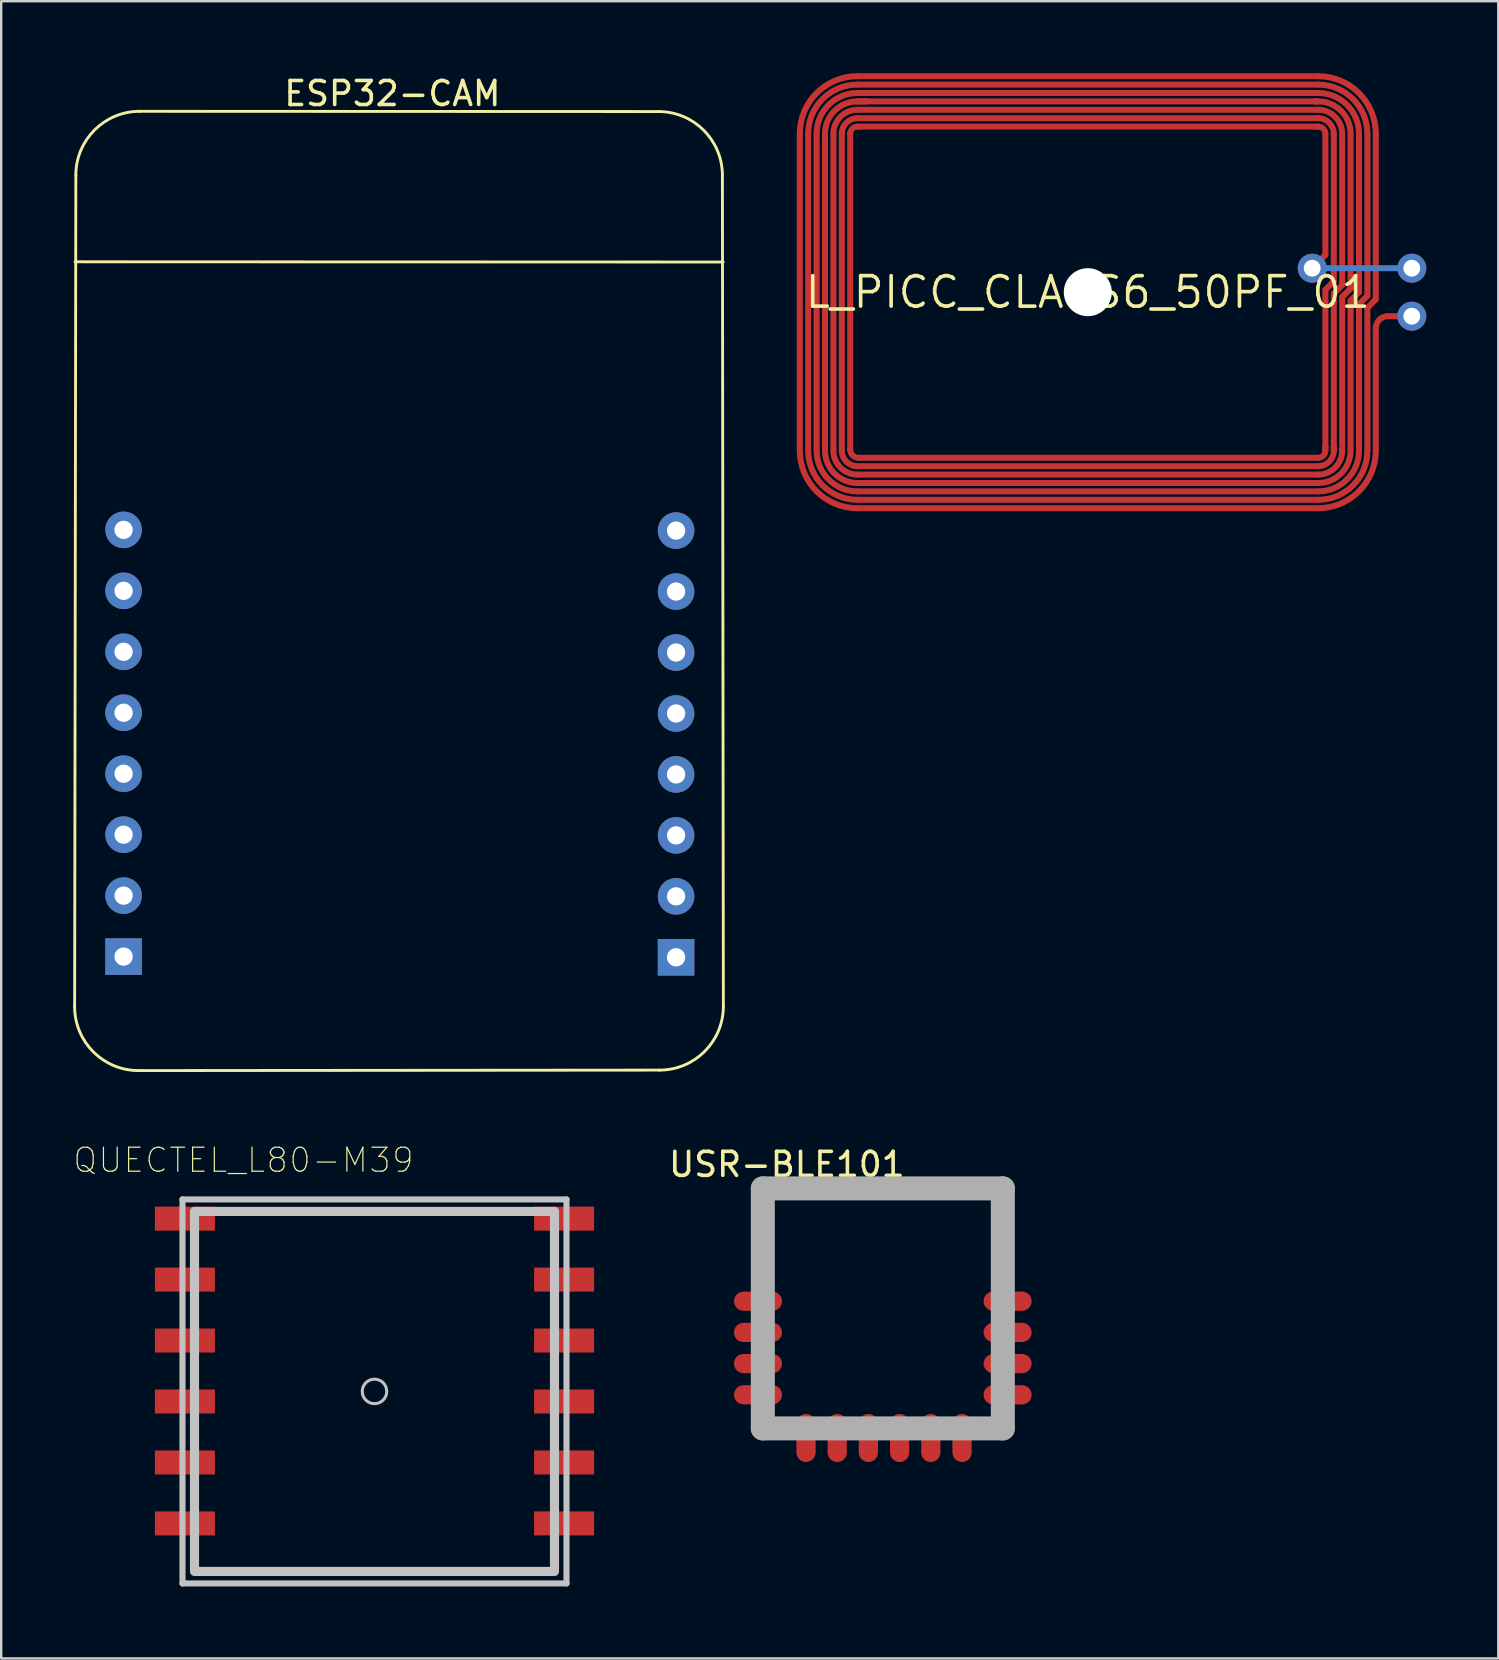
<source format=kicad_pcb>
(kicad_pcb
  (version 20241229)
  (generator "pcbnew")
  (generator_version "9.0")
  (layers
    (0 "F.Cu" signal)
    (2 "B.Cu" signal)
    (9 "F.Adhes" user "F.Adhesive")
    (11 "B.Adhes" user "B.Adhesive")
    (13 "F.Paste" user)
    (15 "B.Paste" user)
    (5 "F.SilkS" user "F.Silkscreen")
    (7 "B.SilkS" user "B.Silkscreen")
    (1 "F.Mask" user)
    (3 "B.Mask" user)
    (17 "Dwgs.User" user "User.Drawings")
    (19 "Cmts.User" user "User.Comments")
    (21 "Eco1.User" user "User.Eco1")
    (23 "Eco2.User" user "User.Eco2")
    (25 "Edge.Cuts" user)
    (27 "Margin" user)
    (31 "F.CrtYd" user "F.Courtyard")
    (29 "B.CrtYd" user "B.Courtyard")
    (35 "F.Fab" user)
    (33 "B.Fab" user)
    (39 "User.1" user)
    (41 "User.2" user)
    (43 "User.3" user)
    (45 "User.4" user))
  (footprint "QUECTEL_L80-M39"
    (layer "F.Cu")
    (at 12.554 54.926)
    (property "Reference" "QUECTEL_L80-M39" (at -5.46 -9.635 0) (layer "F.SilkS") (effects (font (size 1 1) (thickness 0.05))))
    (attr smd)
    (fp_line (start -8 -8) (end -8 8) (stroke (width 0.254) (type solid)) (layer "Dwgs.User"))
    (fp_line (start -8 8) (end 8 8) (stroke (width 0.254) (type solid)) (layer "Dwgs.User"))
    (fp_line (start 8 -8) (end -8 -8) (stroke (width 0.254) (type solid)) (layer "Dwgs.User"))
    (fp_line (start 8 8) (end 8 -8) (stroke (width 0.254) (type solid)) (layer "Dwgs.User"))
    (fp_circle (center 0 0) (end 0.51 0) (stroke (width 0.127) (type solid)) (fill no) (layer "Dwgs.User"))
    (fp_poly (pts (xy -7.5 -7.5) (xy 7.5 -7.5) (xy 7.5 7.5) (xy -7.5 7.5)) (stroke (width 0.381) (type solid)) (fill no) (layer "Dwgs.User"))
    (pad "1" smd rect (at 7.9 5.5) (size 2.5 1) (layers "F.Cu" "F.Mask" "F.Paste"))
    (pad "2" smd rect (at 7.9 2.96) (size 2.5 1) (layers "F.Cu" "F.Mask" "F.Paste"))
    (pad "3" smd rect (at 7.9 0.42) (size 2.5 1) (layers "F.Cu" "F.Mask" "F.Paste"))
    (pad "4" smd rect (at 7.9 -2.12) (size 2.5 1) (layers "F.Cu" "F.Mask" "F.Paste"))
    (pad "5" smd rect (at 7.9 -4.66) (size 2.5 1) (layers "F.Cu" "F.Mask" "F.Paste"))
    (pad "6" smd rect (at 7.9 -7.2) (size 2.5 1) (layers "F.Cu" "F.Mask" "F.Paste"))
    (pad "7" smd rect (at -7.9 -7.2 180) (size 2.5 1) (layers "F.Cu" "F.Mask" "F.Paste"))
    (pad "8" smd rect (at -7.9 -4.66 180) (size 2.5 1) (layers "F.Cu" "F.Mask" "F.Paste"))
    (pad "9" smd rect (at -7.9 -2.12 180) (size 2.5 1) (layers "F.Cu" "F.Mask" "F.Paste"))
    (pad "10" smd rect (at -7.9 0.42 180) (size 2.5 1) (layers "F.Cu" "F.Mask" "F.Paste"))
    (pad "11" smd rect (at -7.9 2.96 180) (size 2.5 1) (layers "F.Cu" "F.Mask" "F.Paste"))
    (pad "12" smd rect (at -7.9 5.5 180) (size 2.5 1) (layers "F.Cu" "F.Mask" "F.Paste")))
  (footprint "USR-BLE101"
    (layer "F.Cu")
    (at 28.734 46.467)
    (property "Reference" "USR-BLE101" (at 1 -1 0) (layer "F.SilkS") (effects (font (size 1 1) (thickness 0.15))))
    (attr through_hole)
    (fp_line (start 0 0) (end 0 10) (stroke (width 1) (type solid)) (layer "F.Fab"))
    (fp_line (start 0 0) (end 10 0) (stroke (width 1) (type solid)) (layer "F.Fab"))
    (fp_line (start 0 10) (end 10 10) (stroke (width 1) (type solid)) (layer "F.Fab"))
    (fp_line (start 10 5) (end 10 0) (stroke (width 1) (type solid)) (layer "F.Fab"))
    (fp_line (start 10 10) (end 10 5) (stroke (width 1) (type solid)) (layer "F.Fab"))
    (pad "1" smd oval (at 1.8 10.4 90) (size 2 0.8) (layers "F.Cu" "F.Mask" "F.Paste"))
    (pad "2" smd oval (at 3.1 10.4 90) (size 2 0.8) (layers "F.Cu" "F.Mask" "F.Paste"))
    (pad "3" smd oval (at 4.4 10.4 90) (size 2 0.8) (layers "F.Cu" "F.Mask" "F.Paste"))
    (pad "4" smd oval (at 5.7 10.4 90) (size 2 0.8) (layers "F.Cu" "F.Mask" "F.Paste"))
    (pad "5" smd oval (at 7 10.4 90) (size 2 0.8) (layers "F.Cu" "F.Mask" "F.Paste"))
    (pad "6" smd oval (at 8.3 10.4 90) (size 2 0.8) (layers "F.Cu" "F.Mask" "F.Paste"))
    (pad "7" smd oval (at 10.2 8.6) (size 2 0.8) (layers "F.Cu" "F.Mask" "F.Paste"))
    (pad "8" smd oval (at 10.2 7.3) (size 2 0.8) (layers "F.Cu" "F.Mask" "F.Paste"))
    (pad "9" smd oval (at 10.2 6) (size 2 0.8) (layers "F.Cu" "F.Mask" "F.Paste"))
    (pad "10" smd oval (at 10.2 4.7) (size 2 0.8) (layers "F.Cu" "F.Mask" "F.Paste"))
    (pad "11" smd oval (at -0.2 4.7) (size 2 0.8) (layers "F.Cu" "F.Mask" "F.Paste"))
    (pad "12" smd oval (at -0.2 6) (size 2 0.8) (layers "F.Cu" "F.Mask" "F.Paste"))
    (pad "13" smd oval (at -0.2 8.6) (size 2 0.8) (layers "F.Cu" "F.Mask" "F.Paste"))
    (pad "14" smd oval (at -0.2 7.3) (size 2 0.8) (layers "F.Cu" "F.Mask" "F.Paste")))
  (footprint "ESP32-CAM"
    (layer "F.Cu")
    (at 13.59 26.288)
    (property "Reference" "ESP32-CAM" (at -0.29 -25.44 0) (layer "F.SilkS") (effects (font (size 1 1) (thickness 0.15))))
    (attr through_hole)
    (fp_line (start -13.53 12.61) (end -13.48 -22.04) (stroke (width 0.12) (type solid)) (layer "F.SilkS"))
    (fp_line (start -10.87 15.27) (end 10.84 15.25) (stroke (width 0.12) (type solid)) (layer "F.SilkS"))
    (fp_line (start 10.8 -24.69) (end -10.82 -24.7) (stroke (width 0.12) (type solid)) (layer "F.SilkS"))
    (fp_line (start 13.49 -18.42) (end -13.51 -18.43) (stroke (width 0.12) (type solid)) (layer "F.SilkS"))
    (fp_line (start 13.5 12.59) (end 13.46 -22.03) (stroke (width 0.12) (type solid)) (layer "F.SilkS"))
    (fp_arc (start -13.48 -22.04) (mid -12.700904 -23.920904) (end -10.82 -24.7) (stroke (width 0.12) (type solid)) (layer "F.SilkS"))
    (fp_arc (start -10.87 15.27) (mid -12.750904 14.490904) (end -13.53 12.61) (stroke (width 0.12) (type solid)) (layer "F.SilkS"))
    (fp_arc (start 10.8 -24.69) (mid 12.680904 -23.910904) (end 13.46 -22.03) (stroke (width 0.12) (type solid)) (layer "F.SilkS"))
    (fp_arc (start 13.5 12.59) (mid 12.720904 14.470904) (end 10.84 15.25) (stroke (width 0.12) (type solid)) (layer "F.SilkS"))
    (pad "1" thru_hole circle (at -11.49 -7.26) (size 1.524 1.524) (drill 0.762) (layers "*.Cu" "*.Mask"))
    (pad "2" thru_hole circle (at -11.49 -4.72) (size 1.524 1.524) (drill 0.762) (layers "*.Cu" "*.Mask"))
    (pad "3" thru_hole circle (at -11.49 -2.18) (size 1.524 1.524) (drill 0.762) (layers "*.Cu" "*.Mask"))
    (pad "4" thru_hole circle (at -11.49 0.36) (size 1.524 1.524) (drill 0.762) (layers "*.Cu" "*.Mask"))
    (pad "5" thru_hole circle (at -11.49 2.9) (size 1.524 1.524) (drill 0.762) (layers "*.Cu" "*.Mask"))
    (pad "6" thru_hole circle (at -11.49 5.44) (size 1.524 1.524) (drill 0.762) (layers "*.Cu" "*.Mask"))
    (pad "7" thru_hole circle (at -11.49 7.98) (size 1.524 1.524) (drill 0.762) (layers "*.Cu" "*.Mask"))
    (pad "8" thru_hole rect (at -11.49 10.52) (size 1.524 1.524) (drill 0.762) (layers "*.Cu" "*.Mask"))
    (pad "9" thru_hole rect (at 11.53 10.55) (size 1.524 1.524) (drill 0.762) (layers "*.Cu" "*.Mask"))
    (pad "10" thru_hole circle (at 11.53 8.01) (size 1.524 1.524) (drill 0.762) (layers "*.Cu" "*.Mask"))
    (pad "11" thru_hole circle (at 11.53 5.47) (size 1.524 1.524) (drill 0.762) (layers "*.Cu" "*.Mask"))
    (pad "12" thru_hole circle (at 11.53 2.93) (size 1.524 1.524) (drill 0.762) (layers "*.Cu" "*.Mask"))
    (pad "13" thru_hole circle (at 11.53 0.39) (size 1.524 1.524) (drill 0.762) (layers "*.Cu" "*.Mask"))
    (pad "14" thru_hole circle (at 11.53 -2.15) (size 1.524 1.524) (drill 0.762) (layers "*.Cu" "*.Mask"))
    (pad "15" thru_hole circle (at 11.53 -4.69) (size 1.524 1.524) (drill 0.762) (layers "*.Cu" "*.Mask"))
    (pad "16" thru_hole circle (at 11.53 -7.23) (size 1.524 1.524) (drill 0.762) (layers "*.Cu" "*.Mask")))
  (footprint "L_PICC_CLASS6_50PF_01"
    (layer "F.Cu")
    (at 42.275 9.125)
    (property "Reference" "L_PICC_CLASS6_50PF_01" (at 0 0 0) (layer "F.SilkS") (effects (font (size 1.27 1.27) (thickness 0.15))))
    (attr through_hole)
    (fp_line (start -12 -6.6) (end -12 6.6) (stroke (width 0.25) (type solid)) (layer "F.Cu"))
    (fp_line (start -11.65 -6.6) (end -11.65 6.6) (stroke (width 0.25) (type solid)) (layer "F.Cu"))
    (fp_line (start -11.3 -6.6) (end -11.3 6.6) (stroke (width 0.25) (type solid)) (layer "F.Cu"))
    (fp_line (start -10.95 -6.6) (end -10.95 6.25) (stroke (width 0.25) (type solid)) (layer "F.Cu"))
    (fp_line (start -10.95 6.25) (end -10.95 6.55) (stroke (width 0.25) (type solid)) (layer "F.Cu"))
    (fp_line (start -10.95 6.6) (end -10.95 6.25) (stroke (width 0.25) (type solid)) (layer "F.Cu"))
    (fp_line (start -10.6 -6.6) (end -10.6 6.6) (stroke (width 0.25) (type solid)) (layer "F.Cu"))
    (fp_line (start -10.25 -6.6) (end -10.25 6.6) (stroke (width 0.25) (type solid)) (layer "F.Cu"))
    (fp_line (start -9.9 -6.6) (end -9.9 6.55) (stroke (width 0.25) (type solid)) (layer "F.Cu"))
    (fp_line (start -9.6 -9) (end 9.6 -9) (stroke (width 0.25) (type solid)) (layer "F.Cu"))
    (fp_line (start -9.6 -8.65) (end 9.6 -8.65) (stroke (width 0.25) (type solid)) (layer "F.Cu"))
    (fp_line (start -9.6 -8.3) (end -9.2 -8.3) (stroke (width 0.25) (type solid)) (layer "F.Cu"))
    (fp_line (start -9.6 -7.95) (end -9.25 -7.95) (stroke (width 0.25) (type solid)) (layer "F.Cu"))
    (fp_line (start -9.6 -7.6) (end 9.6 -7.6) (stroke (width 0.25) (type solid)) (layer "F.Cu"))
    (fp_line (start -9.6 -7.25) (end 9.6 -7.25) (stroke (width 0.25) (type solid)) (layer "F.Cu"))
    (fp_line (start -9.6 -6.9) (end 9.6 -6.9) (stroke (width 0.25) (type solid)) (layer "F.Cu"))
    (fp_line (start -9.6 7.25) (end 9.6 7.25) (stroke (width 0.25) (type solid)) (layer "F.Cu"))
    (fp_line (start -9.6 7.6) (end 9.6 7.6) (stroke (width 0.25) (type solid)) (layer "F.Cu"))
    (fp_line (start -9.6 7.95) (end 9.6 7.95) (stroke (width 0.25) (type solid)) (layer "F.Cu"))
    (fp_line (start -9.6 8.3) (end 9.6 8.3) (stroke (width 0.25) (type solid)) (layer "F.Cu"))
    (fp_line (start -9.6 8.65) (end 9.6 8.65) (stroke (width 0.25) (type solid)) (layer "F.Cu"))
    (fp_line (start -9.6 9) (end 9.6 9) (stroke (width 0.25) (type solid)) (layer "F.Cu"))
    (fp_line (start -9.55 -8.3) (end -9.2 -8.3) (stroke (width 0.25) (type solid)) (layer "F.Cu"))
    (fp_line (start -9.55 -7.95) (end -9.25 -7.95) (stroke (width 0.25) (type solid)) (layer "F.Cu"))
    (fp_line (start -9.55 6.9) (end 9.6 6.9) (stroke (width 0.25) (type solid)) (layer "F.Cu"))
    (fp_line (start -9.25 -7.95) (end 9.5 -7.95) (stroke (width 0.25) (type solid)) (layer "F.Cu"))
    (fp_line (start -9.2 -8.3) (end 9.3 -8.3) (stroke (width 0.25) (type solid)) (layer "F.Cu"))
    (fp_line (start 9.3 -8.3) (end 9.55 -8.3) (stroke (width 0.25) (type solid)) (layer "F.Cu"))
    (fp_line (start 9.5 -7.95) (end 9.55 -7.95) (stroke (width 0.25) (type solid)) (layer "F.Cu"))
    (fp_line (start 9.6 -8.3) (end 9.3 -8.3) (stroke (width 0.25) (type solid)) (layer "F.Cu"))
    (fp_line (start 9.6 -7.95) (end 9.5 -7.95) (stroke (width 0.25) (type solid)) (layer "F.Cu"))
    (fp_line (start 9.9 -6.6) (end 9.9 -1.55) (stroke (width 0.25) (type solid)) (layer "F.Cu"))
    (fp_line (start 9.9 -1.55) (end 9.35 -1) (stroke (width 0.25) (type solid)) (layer "F.Cu"))
    (fp_line (start 9.9 -0.1) (end 9.9 6.45) (stroke (width 0.25) (type solid)) (layer "F.Cu"))
    (fp_line (start 9.9 -0.1) (end 10.25 -0.45) (stroke (width 0.25) (type solid)) (layer "F.Cu"))
    (fp_line (start 9.9 6.45) (end 9.9 6.55) (stroke (width 0.25) (type solid)) (layer "F.Cu"))
    (fp_line (start 9.9 6.6) (end 9.9 6.45) (stroke (width 0.25) (type solid)) (layer "F.Cu"))
    (fp_line (start 10.25 -6.6) (end 10.25 -6.5) (stroke (width 0.25) (type solid)) (layer "F.Cu"))
    (fp_line (start 10.25 -6.55) (end 10.25 -6.5) (stroke (width 0.25) (type solid)) (layer "F.Cu"))
    (fp_line (start 10.25 -6.5) (end 10.25 -0.45) (stroke (width 0.25) (type solid)) (layer "F.Cu"))
    (fp_line (start 10.25 0.05) (end 10.25 6.4) (stroke (width 0.25) (type solid)) (layer "F.Cu"))
    (fp_line (start 10.25 0.05) (end 10.6 -0.3) (stroke (width 0.25) (type solid)) (layer "F.Cu"))
    (fp_line (start 10.25 6.4) (end 10.25 6.55) (stroke (width 0.25) (type solid)) (layer "F.Cu"))
    (fp_line (start 10.25 6.6) (end 10.25 6.4) (stroke (width 0.25) (type solid)) (layer "F.Cu"))
    (fp_line (start 10.6 -6.6) (end 10.6 -0.3) (stroke (width 0.25) (type solid)) (layer "F.Cu"))
    (fp_line (start 10.6 0.2) (end 10.6 6.6) (stroke (width 0.25) (type solid)) (layer "F.Cu"))
    (fp_line (start 10.6 0.2) (end 10.95 -0.15) (stroke (width 0.25) (type solid)) (layer "F.Cu"))
    (fp_line (start 10.95 -6.6) (end 10.95 -0.15) (stroke (width 0.25) (type solid)) (layer "F.Cu"))
    (fp_line (start 10.95 0.35) (end 10.95 6.6) (stroke (width 0.25) (type solid)) (layer "F.Cu"))
    (fp_line (start 10.95 0.35) (end 11.3 0) (stroke (width 0.25) (type solid)) (layer "F.Cu"))
    (fp_line (start 11.3 -6.6) (end 11.3 0) (stroke (width 0.25) (type solid)) (layer "F.Cu"))
    (fp_line (start 11.3 0.5) (end 11.3 6.6) (stroke (width 0.25) (type solid)) (layer "F.Cu"))
    (fp_line (start 11.3 0.5) (end 11.65 0.15) (stroke (width 0.25) (type solid)) (layer "F.Cu"))
    (fp_line (start 11.65 -6.6) (end 11.65 0.15) (stroke (width 0.25) (type solid)) (layer "F.Cu"))
    (fp_line (start 11.65 0.65) (end 11.65 6.6) (stroke (width 0.25) (type solid)) (layer "F.Cu"))
    (fp_line (start 11.65 0.65) (end 12 0.3) (stroke (width 0.25) (type solid)) (layer "F.Cu"))
    (fp_line (start 12 0.3) (end 12 -6.6) (stroke (width 0.25) (type solid)) (layer "F.Cu"))
    (fp_line (start 12 6.6) (end 12 1.5) (stroke (width 0.25) (type solid)) (layer "F.Cu"))
    (fp_line (start 12.5 1) (end 13.5 1) (stroke (width 0.25) (type solid)) (layer "F.Cu"))
    (fp_arc (start -12 -6.6) (mid -11.297056 -8.297056) (end -9.6 -9) (stroke (width 0.25) (type solid)) (layer "F.Cu"))
    (fp_arc (start -11.65 -6.6) (mid -11.049569 -8.049569) (end -9.6 -8.65) (stroke (width 0.25) (type solid)) (layer "F.Cu"))
    (fp_arc (start -11.3 -6.6) (mid -10.802082 -7.802082) (end -9.6 -8.3) (stroke (width 0.25) (type solid)) (layer "F.Cu"))
    (fp_arc (start -10.95 -6.6) (mid -10.554594 -7.554594) (end -9.6 -7.95) (stroke (width 0.25) (type solid)) (layer "F.Cu"))
    (fp_arc (start -10.6 -6.6) (mid -10.307107 -7.307107) (end -9.6 -7.6) (stroke (width 0.25) (type solid)) (layer "F.Cu"))
    (fp_arc (start -10.25 -6.6) (mid -10.059619 -7.059619) (end -9.6 -7.25) (stroke (width 0.25) (type solid)) (layer "F.Cu"))
    (fp_arc (start -9.9 -6.6) (mid -9.812132 -6.812132) (end -9.6 -6.9) (stroke (width 0.25) (type solid)) (layer "F.Cu"))
    (fp_arc (start -9.6 7.25) (mid -10.059619 7.059619) (end -10.25 6.6) (stroke (width 0.25) (type solid)) (layer "F.Cu"))
    (fp_arc (start -9.6 7.6) (mid -10.307107 7.307107) (end -10.6 6.6) (stroke (width 0.25) (type solid)) (layer "F.Cu"))
    (fp_arc (start -9.6 7.95) (mid -10.554594 7.554594) (end -10.95 6.6) (stroke (width 0.25) (type solid)) (layer "F.Cu"))
    (fp_arc (start -9.6 8.3) (mid -10.802082 7.802082) (end -11.3 6.6) (stroke (width 0.25) (type solid)) (layer "F.Cu"))
    (fp_arc (start -9.6 8.65) (mid -11.049569 8.049569) (end -11.65 6.6) (stroke (width 0.25) (type solid)) (layer "F.Cu"))
    (fp_arc (start -9.6 9) (mid -11.297056 8.297056) (end -12 6.6) (stroke (width 0.25) (type solid)) (layer "F.Cu"))
    (fp_arc (start -9.55 6.9) (mid -9.797487 6.797487) (end -9.9 6.55) (stroke (width 0.25) (type solid)) (layer "F.Cu"))
    (fp_arc (start 9.6 -9) (mid 11.297056 -8.297056) (end 12 -6.6) (stroke (width 0.25) (type solid)) (layer "F.Cu"))
    (fp_arc (start 9.6 -8.65) (mid 11.049569 -8.049569) (end 11.65 -6.6) (stroke (width 0.25) (type solid)) (layer "F.Cu"))
    (fp_arc (start 9.6 -8.3) (mid 10.802082 -7.802082) (end 11.3 -6.6) (stroke (width 0.25) (type solid)) (layer "F.Cu"))
    (fp_arc (start 9.6 -7.95) (mid 10.554594 -7.554594) (end 10.95 -6.6) (stroke (width 0.25) (type solid)) (layer "F.Cu"))
    (fp_arc (start 9.6 -7.6) (mid 10.307107 -7.307107) (end 10.6 -6.6) (stroke (width 0.25) (type solid)) (layer "F.Cu"))
    (fp_arc (start 9.6 -7.25) (mid 10.059619 -7.059619) (end 10.25 -6.6) (stroke (width 0.25) (type solid)) (layer "F.Cu"))
    (fp_arc (start 9.6 -6.9) (mid 9.812132 -6.812132) (end 9.9 -6.6) (stroke (width 0.25) (type solid)) (layer "F.Cu"))
    (fp_arc (start 9.9 6.6) (mid 9.812132 6.812132) (end 9.6 6.9) (stroke (width 0.25) (type solid)) (layer "F.Cu"))
    (fp_arc (start 10.25 6.6) (mid 10.059619 7.059619) (end 9.6 7.25) (stroke (width 0.25) (type solid)) (layer "F.Cu"))
    (fp_arc (start 10.6 6.6) (mid 10.307107 7.307107) (end 9.6 7.6) (stroke (width 0.25) (type solid)) (layer "F.Cu"))
    (fp_arc (start 10.95 6.6) (mid 10.554594 7.554594) (end 9.6 7.95) (stroke (width 0.25) (type solid)) (layer "F.Cu"))
    (fp_arc (start 11.3 6.6) (mid 10.802082 7.802082) (end 9.6 8.3) (stroke (width 0.25) (type solid)) (layer "F.Cu"))
    (fp_arc (start 11.65 6.6) (mid 11.049569 8.049569) (end 9.6 8.65) (stroke (width 0.25) (type solid)) (layer "F.Cu"))
    (fp_arc (start 12 1.5) (mid 12.146447 1.146447) (end 12.5 1) (stroke (width 0.25) (type solid)) (layer "F.Cu"))
    (fp_arc (start 12 6.6) (mid 11.297056 8.297056) (end 9.6 9) (stroke (width 0.25) (type solid)) (layer "F.Cu"))
    (fp_line (start -2.54 0) (end 2.54 0) (stroke (width 0.61) (type solid)) (layer "F.Mask"))
    (fp_line (start 0 -2.54) (end 0 2.54) (stroke (width 0.61) (type solid)) (layer "F.Mask"))
    (fp_line (start 9.35 -1) (end 13.5 -1) (stroke (width 0.25) (type solid)) (layer "B.Cu"))
    (fp_text user "Class 6 - 50 pF" (at -8.32 -3.5 0) (layer "F.Mask") (effects (font (size 1.689 1.689) (thickness 0.142)) (justify left bottom)))
    (fp_text user "# 01" (at -7.05 4.12 0) (layer "F.Mask") (effects (font (size 1.689 1.689) (thickness 0.142)) (justify left bottom)))
    (pad "" np_thru_hole circle (at 0 0) (size 2 2) (drill 2) (layers "*.Cu" "*.Mask"))
    (pad "P$1" thru_hole circle (at 13.5 -1) (size 1.208 1.208) (drill 0.7) (layers "*.Cu" "*.Mask"))
    (pad "P$2" thru_hole circle (at 13.5 1) (size 1.208 1.208) (drill 0.7) (layers "*.Cu" "*.Mask"))
    (pad "P$3" thru_hole circle (at 9.35 -1) (size 1.208 1.208) (drill 0.7) (layers "*.Cu" "*.Mask")))
  (gr_rect
    (start -3 -3)
    (end 59.379 66.053)
    (stroke (width 0.1) (type default))
    (fill no)
    (layer "Edge.Cuts")))
</source>
